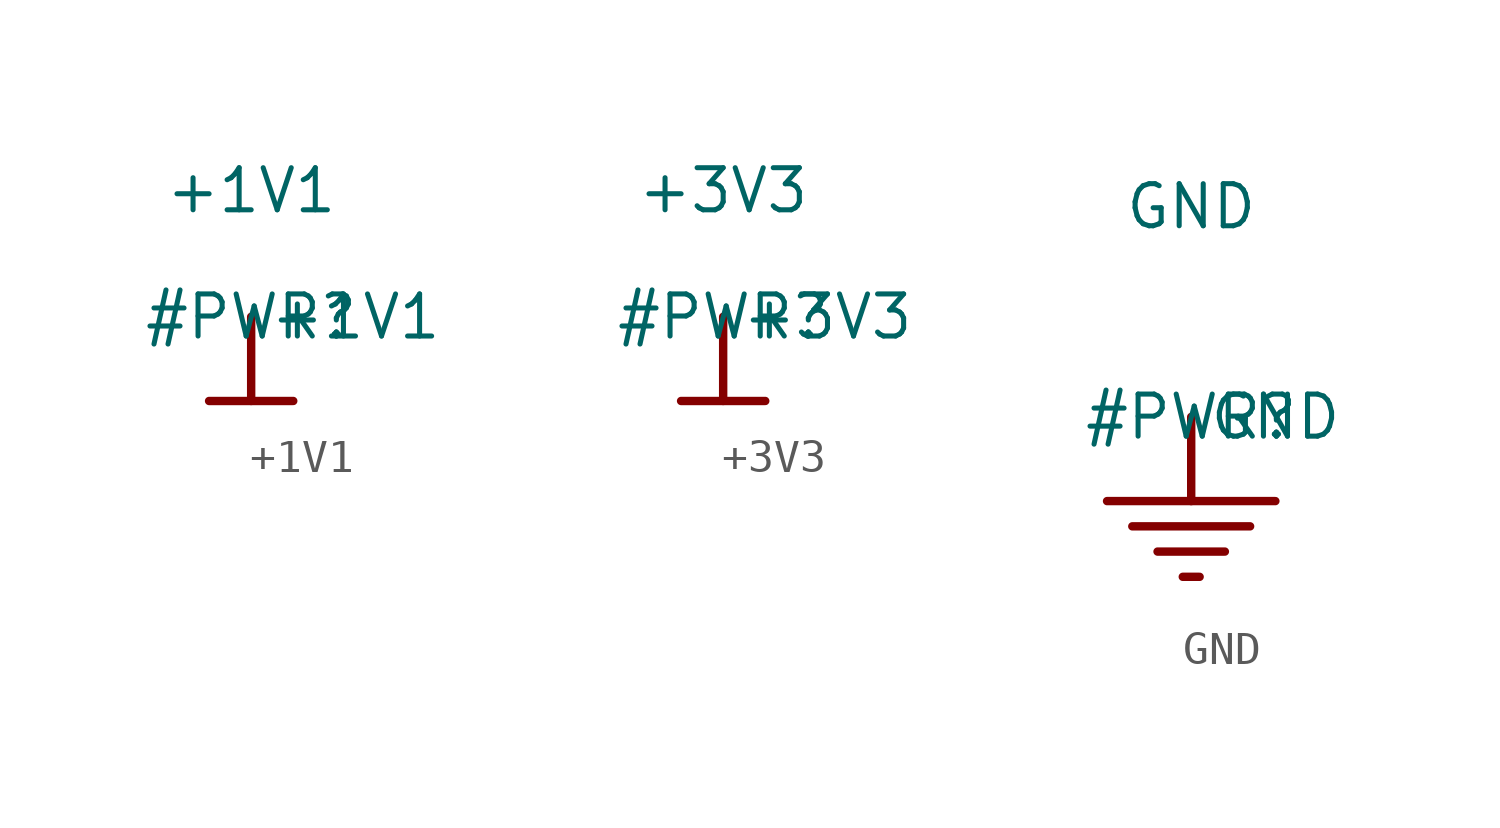
<source format=kicad_sym>
(kicad_symbol_lib
  (version 20230620)
  (generator kicad_symbol_editor)
  (symbol "+1V1"
    (power)
    (property "Reference" "#PWR"
      (at 0 0 0)
      (effects (font (size 1.27 1.27))))
    (property "Value" "+1V1"
      (at 0 3.81 0)
      (effects (font (size 1.27 1.27))))
    (symbol "+1V1_0_0"
      (polyline (pts (xy -1.27 -2.54) (xy 1.27 -2.54)) (stroke (width 0.254) (type solid)) (fill (type none)))
      (polyline (pts (xy 0 0) (xy 0 -2.54)) (stroke (width 0.254) (type solid)) (fill (type none)))
      (pin power_in line (at 0 0 0) (length 0) (name "+1V1" (effects (font (size 1.27 1.27)))) (number "" (effects (font (size 1.27 1.27)))))))
  (symbol "+3V3"
    (power)
    (property "Reference" "#PWR"
      (at 0 0 0)
      (effects (font (size 1.27 1.27))))
    (property "Value" "+3V3"
      (at 0 3.81 0)
      (effects (font (size 1.27 1.27))))
    (symbol "+3V3_0_0"
      (polyline (pts (xy -1.27 -2.54) (xy 1.27 -2.54)) (stroke (width 0.254) (type solid)) (fill (type none)))
      (polyline (pts (xy 0 0) (xy 0 -2.54)) (stroke (width 0.254) (type solid)) (fill (type none)))
      (pin power_in line (at 0 0 0) (length 0) (name "+3V3" (effects (font (size 1.27 1.27)))) (number "" (effects (font (size 1.27 1.27)))))))
  (symbol "GND"
    (power)
    (property "Reference" "#PWR"
      (at 0 0 0)
      (effects (font (size 1.27 1.27))))
    (property "Value" "GND"
      (at 0 6.35 0)
      (effects (font (size 1.27 1.27))))
    (symbol "GND_0_0"
      (polyline (pts (xy -2.54 -2.54) (xy 2.54 -2.54)) (stroke (width 0.254) (type solid)) (fill (type none)))
      (polyline (pts (xy -1.778 -3.302) (xy 1.778 -3.302)) (stroke (width 0.254) (type solid)) (fill (type none)))
      (polyline (pts (xy -1.016 -4.064) (xy 1.016 -4.064)) (stroke (width 0.254) (type solid)) (fill (type none)))
      (polyline (pts (xy -0.254 -4.826) (xy 0.254 -4.826)) (stroke (width 0.254) (type solid)) (fill (type none)))
      (polyline (pts (xy 0 0) (xy 0 -2.54)) (stroke (width 0.254) (type solid)) (fill (type none)))
      (pin power_in line (at 0 0 0) (length 0) (name "GND" (effects (font (size 1.27 1.27)))) (number "" (effects (font (size 1.27 1.27))))))))
</source>
